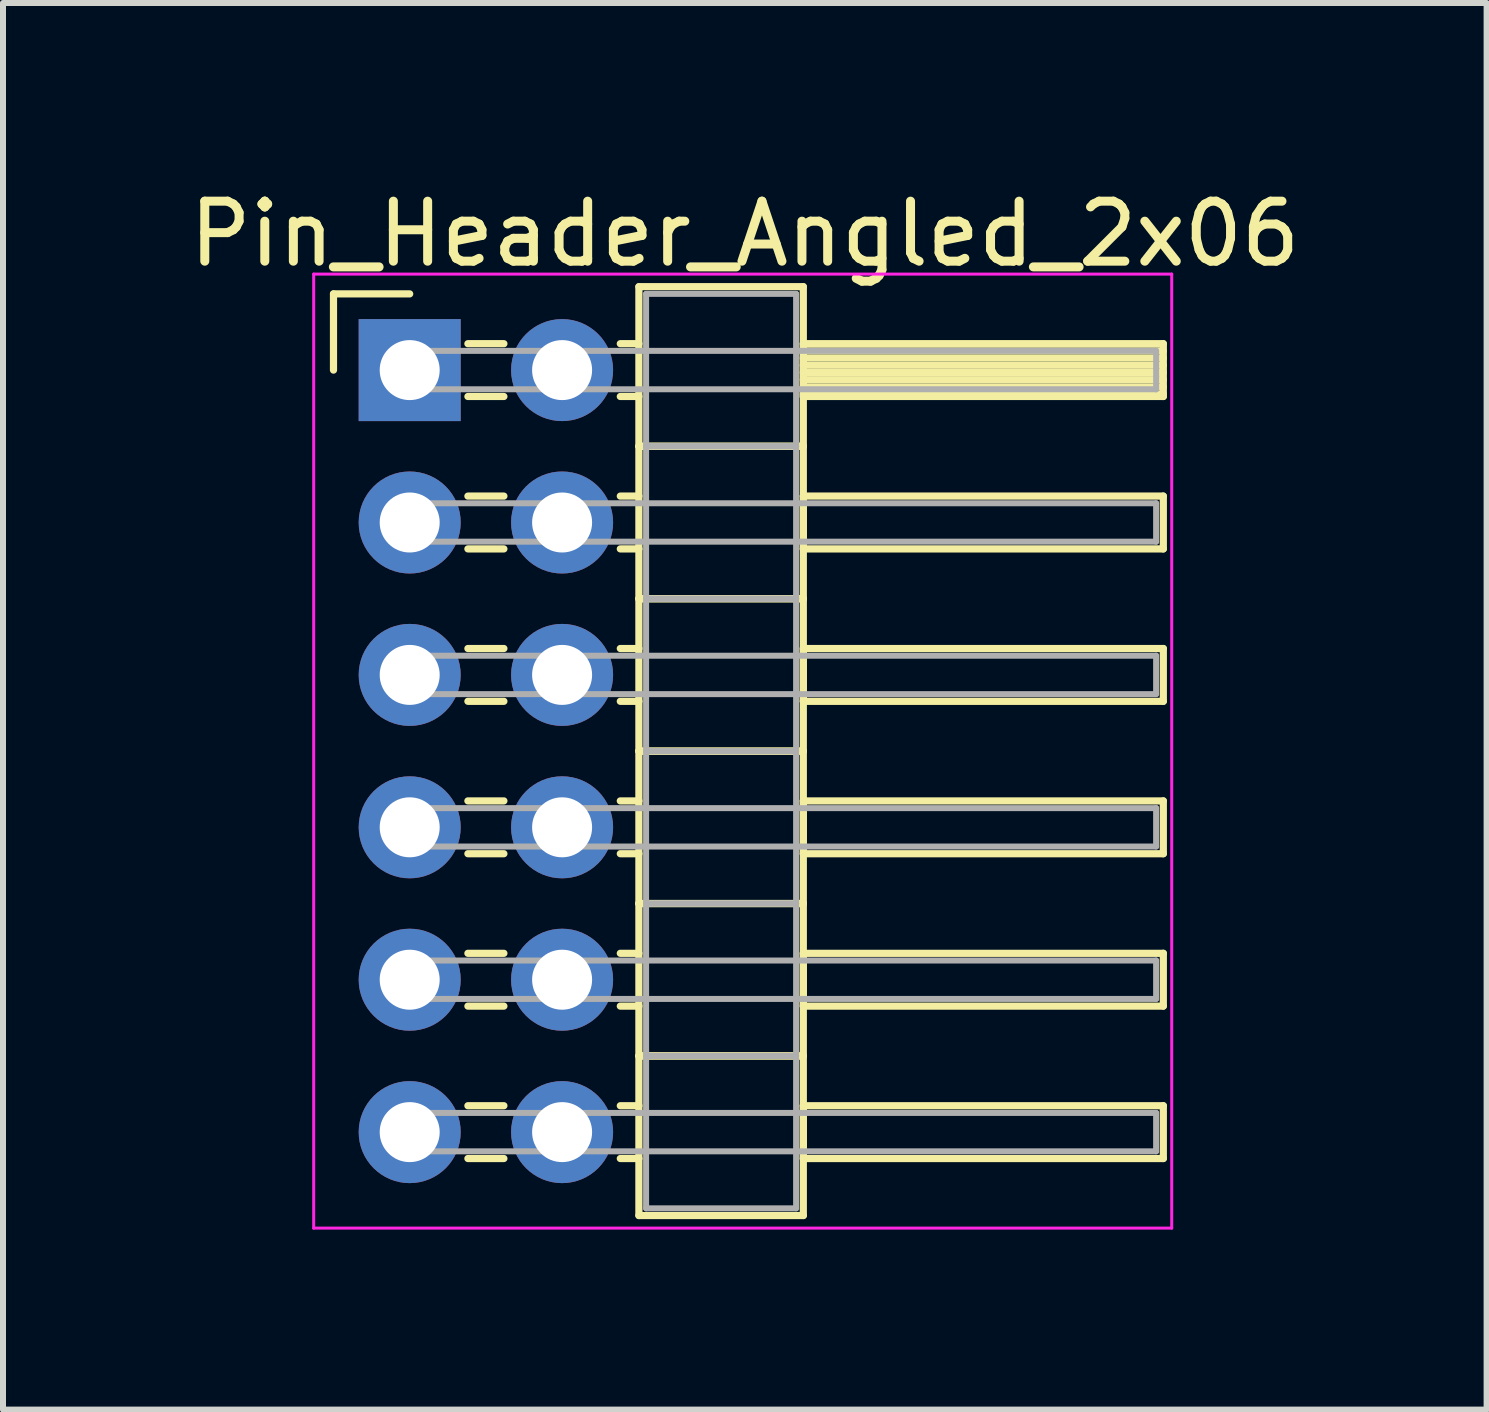
<source format=kicad_pcb>
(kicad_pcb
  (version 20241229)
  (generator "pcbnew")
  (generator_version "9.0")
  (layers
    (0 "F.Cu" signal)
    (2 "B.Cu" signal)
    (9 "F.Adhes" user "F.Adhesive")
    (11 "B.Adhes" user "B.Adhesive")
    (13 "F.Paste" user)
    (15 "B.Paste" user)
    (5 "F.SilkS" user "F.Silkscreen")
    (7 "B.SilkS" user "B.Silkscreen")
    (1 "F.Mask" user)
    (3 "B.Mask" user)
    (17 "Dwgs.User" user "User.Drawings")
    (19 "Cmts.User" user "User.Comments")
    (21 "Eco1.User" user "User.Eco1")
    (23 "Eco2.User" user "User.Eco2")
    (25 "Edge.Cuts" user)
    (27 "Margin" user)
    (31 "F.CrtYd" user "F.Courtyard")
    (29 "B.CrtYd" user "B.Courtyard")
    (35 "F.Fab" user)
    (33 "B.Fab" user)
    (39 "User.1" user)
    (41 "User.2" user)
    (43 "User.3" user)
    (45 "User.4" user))
  (footprint "Pin_Header_Angled_2x06"
    (layer "F.Cu")
    (at 3.778 3.118)
    (property "Reference" "Pin_Header_Angled_2x06" (at 5.585 -2.27 0) (layer "F.SilkS") (effects (font (size 1 1) (thickness 0.15))))
    (attr through_hole)
    (fp_line (start -1.27 -1.27) (end 0 -1.27) (stroke (width 0.12) (type solid)) (layer "F.SilkS"))
    (fp_line (start -1.27 0) (end -1.27 -1.27) (stroke (width 0.12) (type solid)) (layer "F.SilkS"))
    (fp_line (start 0.97 -0.44) (end 1.57 -0.44) (stroke (width 0.12) (type solid)) (layer "F.SilkS"))
    (fp_line (start 0.97 0.44) (end 1.57 0.44) (stroke (width 0.12) (type solid)) (layer "F.SilkS"))
    (fp_line (start 0.97 2.1) (end 1.57 2.1) (stroke (width 0.12) (type solid)) (layer "F.SilkS"))
    (fp_line (start 0.97 2.98) (end 1.57 2.98) (stroke (width 0.12) (type solid)) (layer "F.SilkS"))
    (fp_line (start 0.97 4.64) (end 1.57 4.64) (stroke (width 0.12) (type solid)) (layer "F.SilkS"))
    (fp_line (start 0.97 5.52) (end 1.57 5.52) (stroke (width 0.12) (type solid)) (layer "F.SilkS"))
    (fp_line (start 0.97 7.18) (end 1.57 7.18) (stroke (width 0.12) (type solid)) (layer "F.SilkS"))
    (fp_line (start 0.97 8.06) (end 1.57 8.06) (stroke (width 0.12) (type solid)) (layer "F.SilkS"))
    (fp_line (start 0.97 9.72) (end 1.57 9.72) (stroke (width 0.12) (type solid)) (layer "F.SilkS"))
    (fp_line (start 0.97 10.6) (end 1.57 10.6) (stroke (width 0.12) (type solid)) (layer "F.SilkS"))
    (fp_line (start 0.97 12.26) (end 1.57 12.26) (stroke (width 0.12) (type solid)) (layer "F.SilkS"))
    (fp_line (start 0.97 13.14) (end 1.57 13.14) (stroke (width 0.12) (type solid)) (layer "F.SilkS"))
    (fp_line (start 3.51 -0.44) (end 3.82 -0.44) (stroke (width 0.12) (type solid)) (layer "F.SilkS"))
    (fp_line (start 3.51 0.44) (end 3.82 0.44) (stroke (width 0.12) (type solid)) (layer "F.SilkS"))
    (fp_line (start 3.51 2.1) (end 3.82 2.1) (stroke (width 0.12) (type solid)) (layer "F.SilkS"))
    (fp_line (start 3.51 2.98) (end 3.82 2.98) (stroke (width 0.12) (type solid)) (layer "F.SilkS"))
    (fp_line (start 3.51 4.64) (end 3.82 4.64) (stroke (width 0.12) (type solid)) (layer "F.SilkS"))
    (fp_line (start 3.51 5.52) (end 3.82 5.52) (stroke (width 0.12) (type solid)) (layer "F.SilkS"))
    (fp_line (start 3.51 7.18) (end 3.82 7.18) (stroke (width 0.12) (type solid)) (layer "F.SilkS"))
    (fp_line (start 3.51 8.06) (end 3.82 8.06) (stroke (width 0.12) (type solid)) (layer "F.SilkS"))
    (fp_line (start 3.51 9.72) (end 3.82 9.72) (stroke (width 0.12) (type solid)) (layer "F.SilkS"))
    (fp_line (start 3.51 10.6) (end 3.82 10.6) (stroke (width 0.12) (type solid)) (layer "F.SilkS"))
    (fp_line (start 3.51 12.26) (end 3.82 12.26) (stroke (width 0.12) (type solid)) (layer "F.SilkS"))
    (fp_line (start 3.51 13.14) (end 3.82 13.14) (stroke (width 0.12) (type solid)) (layer "F.SilkS"))
    (fp_line (start 3.82 -1.39) (end 3.82 1.27) (stroke (width 0.12) (type solid)) (layer "F.SilkS"))
    (fp_line (start 3.82 1.27) (end 3.82 3.81) (stroke (width 0.12) (type solid)) (layer "F.SilkS"))
    (fp_line (start 3.82 1.27) (end 6.56 1.27) (stroke (width 0.12) (type solid)) (layer "F.SilkS"))
    (fp_line (start 3.82 3.81) (end 3.82 6.35) (stroke (width 0.12) (type solid)) (layer "F.SilkS"))
    (fp_line (start 3.82 3.81) (end 6.56 3.81) (stroke (width 0.12) (type solid)) (layer "F.SilkS"))
    (fp_line (start 3.82 6.35) (end 3.82 8.89) (stroke (width 0.12) (type solid)) (layer "F.SilkS"))
    (fp_line (start 3.82 6.35) (end 6.56 6.35) (stroke (width 0.12) (type solid)) (layer "F.SilkS"))
    (fp_line (start 3.82 8.89) (end 3.82 11.43) (stroke (width 0.12) (type solid)) (layer "F.SilkS"))
    (fp_line (start 3.82 8.89) (end 6.56 8.89) (stroke (width 0.12) (type solid)) (layer "F.SilkS"))
    (fp_line (start 3.82 11.43) (end 3.82 14.09) (stroke (width 0.12) (type solid)) (layer "F.SilkS"))
    (fp_line (start 3.82 11.43) (end 6.56 11.43) (stroke (width 0.12) (type solid)) (layer "F.SilkS"))
    (fp_line (start 3.82 14.09) (end 6.56 14.09) (stroke (width 0.12) (type solid)) (layer "F.SilkS"))
    (fp_line (start 6.56 -1.39) (end 3.82 -1.39) (stroke (width 0.12) (type solid)) (layer "F.SilkS"))
    (fp_line (start 6.56 -0.44) (end 6.56 0.44) (stroke (width 0.12) (type solid)) (layer "F.SilkS"))
    (fp_line (start 6.56 -0.32) (end 12.56 -0.32) (stroke (width 0.12) (type solid)) (layer "F.SilkS"))
    (fp_line (start 6.56 -0.2) (end 12.56 -0.2) (stroke (width 0.12) (type solid)) (layer "F.SilkS"))
    (fp_line (start 6.56 -0.08) (end 12.56 -0.08) (stroke (width 0.12) (type solid)) (layer "F.SilkS"))
    (fp_line (start 6.56 0.04) (end 12.56 0.04) (stroke (width 0.12) (type solid)) (layer "F.SilkS"))
    (fp_line (start 6.56 0.16) (end 12.56 0.16) (stroke (width 0.12) (type solid)) (layer "F.SilkS"))
    (fp_line (start 6.56 0.28) (end 12.56 0.28) (stroke (width 0.12) (type solid)) (layer "F.SilkS"))
    (fp_line (start 6.56 0.4) (end 12.56 0.4) (stroke (width 0.12) (type solid)) (layer "F.SilkS"))
    (fp_line (start 6.56 0.44) (end 12.56 0.44) (stroke (width 0.12) (type solid)) (layer "F.SilkS"))
    (fp_line (start 6.56 1.27) (end 3.82 1.27) (stroke (width 0.12) (type solid)) (layer "F.SilkS"))
    (fp_line (start 6.56 1.27) (end 6.56 -1.39) (stroke (width 0.12) (type solid)) (layer "F.SilkS"))
    (fp_line (start 6.56 2.1) (end 6.56 2.98) (stroke (width 0.12) (type solid)) (layer "F.SilkS"))
    (fp_line (start 6.56 2.98) (end 12.56 2.98) (stroke (width 0.12) (type solid)) (layer "F.SilkS"))
    (fp_line (start 6.56 3.81) (end 3.82 3.81) (stroke (width 0.12) (type solid)) (layer "F.SilkS"))
    (fp_line (start 6.56 3.81) (end 6.56 1.27) (stroke (width 0.12) (type solid)) (layer "F.SilkS"))
    (fp_line (start 6.56 4.64) (end 6.56 5.52) (stroke (width 0.12) (type solid)) (layer "F.SilkS"))
    (fp_line (start 6.56 5.52) (end 12.56 5.52) (stroke (width 0.12) (type solid)) (layer "F.SilkS"))
    (fp_line (start 6.56 6.35) (end 3.82 6.35) (stroke (width 0.12) (type solid)) (layer "F.SilkS"))
    (fp_line (start 6.56 6.35) (end 6.56 3.81) (stroke (width 0.12) (type solid)) (layer "F.SilkS"))
    (fp_line (start 6.56 7.18) (end 6.56 8.06) (stroke (width 0.12) (type solid)) (layer "F.SilkS"))
    (fp_line (start 6.56 8.06) (end 12.56 8.06) (stroke (width 0.12) (type solid)) (layer "F.SilkS"))
    (fp_line (start 6.56 8.89) (end 3.82 8.89) (stroke (width 0.12) (type solid)) (layer "F.SilkS"))
    (fp_line (start 6.56 8.89) (end 6.56 6.35) (stroke (width 0.12) (type solid)) (layer "F.SilkS"))
    (fp_line (start 6.56 9.72) (end 6.56 10.6) (stroke (width 0.12) (type solid)) (layer "F.SilkS"))
    (fp_line (start 6.56 10.6) (end 12.56 10.6) (stroke (width 0.12) (type solid)) (layer "F.SilkS"))
    (fp_line (start 6.56 11.43) (end 3.82 11.43) (stroke (width 0.12) (type solid)) (layer "F.SilkS"))
    (fp_line (start 6.56 11.43) (end 6.56 8.89) (stroke (width 0.12) (type solid)) (layer "F.SilkS"))
    (fp_line (start 6.56 12.26) (end 6.56 13.14) (stroke (width 0.12) (type solid)) (layer "F.SilkS"))
    (fp_line (start 6.56 13.14) (end 12.56 13.14) (stroke (width 0.12) (type solid)) (layer "F.SilkS"))
    (fp_line (start 6.56 14.09) (end 6.56 11.43) (stroke (width 0.12) (type solid)) (layer "F.SilkS"))
    (fp_line (start 12.56 -0.44) (end 6.56 -0.44) (stroke (width 0.12) (type solid)) (layer "F.SilkS"))
    (fp_line (start 12.56 0.44) (end 12.56 -0.44) (stroke (width 0.12) (type solid)) (layer "F.SilkS"))
    (fp_line (start 12.56 2.1) (end 6.56 2.1) (stroke (width 0.12) (type solid)) (layer "F.SilkS"))
    (fp_line (start 12.56 2.98) (end 12.56 2.1) (stroke (width 0.12) (type solid)) (layer "F.SilkS"))
    (fp_line (start 12.56 4.64) (end 6.56 4.64) (stroke (width 0.12) (type solid)) (layer "F.SilkS"))
    (fp_line (start 12.56 5.52) (end 12.56 4.64) (stroke (width 0.12) (type solid)) (layer "F.SilkS"))
    (fp_line (start 12.56 7.18) (end 6.56 7.18) (stroke (width 0.12) (type solid)) (layer "F.SilkS"))
    (fp_line (start 12.56 8.06) (end 12.56 7.18) (stroke (width 0.12) (type solid)) (layer "F.SilkS"))
    (fp_line (start 12.56 9.72) (end 6.56 9.72) (stroke (width 0.12) (type solid)) (layer "F.SilkS"))
    (fp_line (start 12.56 10.6) (end 12.56 9.72) (stroke (width 0.12) (type solid)) (layer "F.SilkS"))
    (fp_line (start 12.56 12.26) (end 6.56 12.26) (stroke (width 0.12) (type solid)) (layer "F.SilkS"))
    (fp_line (start 12.56 13.14) (end 12.56 12.26) (stroke (width 0.12) (type solid)) (layer "F.SilkS"))
    (fp_line (start -1.6 -1.6) (end -1.6 14.3) (stroke (width 0.05) (type solid)) (layer "F.CrtYd"))
    (fp_line (start -1.6 14.3) (end 12.7 14.3) (stroke (width 0.05) (type solid)) (layer "F.CrtYd"))
    (fp_line (start 12.7 -1.6) (end -1.6 -1.6) (stroke (width 0.05) (type solid)) (layer "F.CrtYd"))
    (fp_line (start 12.7 14.3) (end 12.7 -1.6) (stroke (width 0.05) (type solid)) (layer "F.CrtYd"))
    (fp_line (start 0 -0.32) (end 0 0.32) (stroke (width 0.1) (type solid)) (layer "F.Fab"))
    (fp_line (start 0 0.32) (end 12.44 0.32) (stroke (width 0.1) (type solid)) (layer "F.Fab"))
    (fp_line (start 0 2.22) (end 0 2.86) (stroke (width 0.1) (type solid)) (layer "F.Fab"))
    (fp_line (start 0 2.86) (end 12.44 2.86) (stroke (width 0.1) (type solid)) (layer "F.Fab"))
    (fp_line (start 0 4.76) (end 0 5.4) (stroke (width 0.1) (type solid)) (layer "F.Fab"))
    (fp_line (start 0 5.4) (end 12.44 5.4) (stroke (width 0.1) (type solid)) (layer "F.Fab"))
    (fp_line (start 0 7.3) (end 0 7.94) (stroke (width 0.1) (type solid)) (layer "F.Fab"))
    (fp_line (start 0 7.94) (end 12.44 7.94) (stroke (width 0.1) (type solid)) (layer "F.Fab"))
    (fp_line (start 0 9.84) (end 0 10.48) (stroke (width 0.1) (type solid)) (layer "F.Fab"))
    (fp_line (start 0 10.48) (end 12.44 10.48) (stroke (width 0.1) (type solid)) (layer "F.Fab"))
    (fp_line (start 0 12.38) (end 0 13.02) (stroke (width 0.1) (type solid)) (layer "F.Fab"))
    (fp_line (start 0 13.02) (end 12.44 13.02) (stroke (width 0.1) (type solid)) (layer "F.Fab"))
    (fp_line (start 3.94 -1.27) (end 3.94 1.27) (stroke (width 0.1) (type solid)) (layer "F.Fab"))
    (fp_line (start 3.94 1.27) (end 3.94 3.81) (stroke (width 0.1) (type solid)) (layer "F.Fab"))
    (fp_line (start 3.94 1.27) (end 6.44 1.27) (stroke (width 0.1) (type solid)) (layer "F.Fab"))
    (fp_line (start 3.94 3.81) (end 3.94 6.35) (stroke (width 0.1) (type solid)) (layer "F.Fab"))
    (fp_line (start 3.94 3.81) (end 6.44 3.81) (stroke (width 0.1) (type solid)) (layer "F.Fab"))
    (fp_line (start 3.94 6.35) (end 3.94 8.89) (stroke (width 0.1) (type solid)) (layer "F.Fab"))
    (fp_line (start 3.94 6.35) (end 6.44 6.35) (stroke (width 0.1) (type solid)) (layer "F.Fab"))
    (fp_line (start 3.94 8.89) (end 3.94 11.43) (stroke (width 0.1) (type solid)) (layer "F.Fab"))
    (fp_line (start 3.94 8.89) (end 6.44 8.89) (stroke (width 0.1) (type solid)) (layer "F.Fab"))
    (fp_line (start 3.94 11.43) (end 3.94 13.97) (stroke (width 0.1) (type solid)) (layer "F.Fab"))
    (fp_line (start 3.94 11.43) (end 6.44 11.43) (stroke (width 0.1) (type solid)) (layer "F.Fab"))
    (fp_line (start 3.94 13.97) (end 6.44 13.97) (stroke (width 0.1) (type solid)) (layer "F.Fab"))
    (fp_line (start 6.44 -1.27) (end 3.94 -1.27) (stroke (width 0.1) (type solid)) (layer "F.Fab"))
    (fp_line (start 6.44 1.27) (end 3.94 1.27) (stroke (width 0.1) (type solid)) (layer "F.Fab"))
    (fp_line (start 6.44 1.27) (end 6.44 -1.27) (stroke (width 0.1) (type solid)) (layer "F.Fab"))
    (fp_line (start 6.44 3.81) (end 3.94 3.81) (stroke (width 0.1) (type solid)) (layer "F.Fab"))
    (fp_line (start 6.44 3.81) (end 6.44 1.27) (stroke (width 0.1) (type solid)) (layer "F.Fab"))
    (fp_line (start 6.44 6.35) (end 3.94 6.35) (stroke (width 0.1) (type solid)) (layer "F.Fab"))
    (fp_line (start 6.44 6.35) (end 6.44 3.81) (stroke (width 0.1) (type solid)) (layer "F.Fab"))
    (fp_line (start 6.44 8.89) (end 3.94 8.89) (stroke (width 0.1) (type solid)) (layer "F.Fab"))
    (fp_line (start 6.44 8.89) (end 6.44 6.35) (stroke (width 0.1) (type solid)) (layer "F.Fab"))
    (fp_line (start 6.44 11.43) (end 3.94 11.43) (stroke (width 0.1) (type solid)) (layer "F.Fab"))
    (fp_line (start 6.44 11.43) (end 6.44 8.89) (stroke (width 0.1) (type solid)) (layer "F.Fab"))
    (fp_line (start 6.44 13.97) (end 6.44 11.43) (stroke (width 0.1) (type solid)) (layer "F.Fab"))
    (fp_line (start 12.44 -0.32) (end 0 -0.32) (stroke (width 0.1) (type solid)) (layer "F.Fab"))
    (fp_line (start 12.44 0.32) (end 12.44 -0.32) (stroke (width 0.1) (type solid)) (layer "F.Fab"))
    (fp_line (start 12.44 2.22) (end 0 2.22) (stroke (width 0.1) (type solid)) (layer "F.Fab"))
    (fp_line (start 12.44 2.86) (end 12.44 2.22) (stroke (width 0.1) (type solid)) (layer "F.Fab"))
    (fp_line (start 12.44 4.76) (end 0 4.76) (stroke (width 0.1) (type solid)) (layer "F.Fab"))
    (fp_line (start 12.44 5.4) (end 12.44 4.76) (stroke (width 0.1) (type solid)) (layer "F.Fab"))
    (fp_line (start 12.44 7.3) (end 0 7.3) (stroke (width 0.1) (type solid)) (layer "F.Fab"))
    (fp_line (start 12.44 7.94) (end 12.44 7.3) (stroke (width 0.1) (type solid)) (layer "F.Fab"))
    (fp_line (start 12.44 9.84) (end 0 9.84) (stroke (width 0.1) (type solid)) (layer "F.Fab"))
    (fp_line (start 12.44 10.48) (end 12.44 9.84) (stroke (width 0.1) (type solid)) (layer "F.Fab"))
    (fp_line (start 12.44 12.38) (end 0 12.38) (stroke (width 0.1) (type solid)) (layer "F.Fab"))
    (fp_line (start 12.44 13.02) (end 12.44 12.38) (stroke (width 0.1) (type solid)) (layer "F.Fab"))
    (pad "1" thru_hole rect (at 0 0) (size 1.7 1.7) (drill 1) (layers "*.Cu" "*.Mask"))
    (pad "2" thru_hole oval (at 2.54 0) (size 1.7 1.7) (drill 1) (layers "*.Cu" "*.Mask"))
    (pad "3" thru_hole oval (at 0 2.54) (size 1.7 1.7) (drill 1) (layers "*.Cu" "*.Mask"))
    (pad "4" thru_hole oval (at 2.54 2.54) (size 1.7 1.7) (drill 1) (layers "*.Cu" "*.Mask"))
    (pad "5" thru_hole oval (at 0 5.08) (size 1.7 1.7) (drill 1) (layers "*.Cu" "*.Mask"))
    (pad "6" thru_hole oval (at 2.54 5.08) (size 1.7 1.7) (drill 1) (layers "*.Cu" "*.Mask"))
    (pad "7" thru_hole oval (at 0 7.62) (size 1.7 1.7) (drill 1) (layers "*.Cu" "*.Mask"))
    (pad "8" thru_hole oval (at 2.54 7.62) (size 1.7 1.7) (drill 1) (layers "*.Cu" "*.Mask"))
    (pad "9" thru_hole oval (at 0 10.16) (size 1.7 1.7) (drill 1) (layers "*.Cu" "*.Mask"))
    (pad "10" thru_hole oval (at 2.54 10.16) (size 1.7 1.7) (drill 1) (layers "*.Cu" "*.Mask"))
    (pad "11" thru_hole oval (at 0 12.7) (size 1.7 1.7) (drill 1) (layers "*.Cu" "*.Mask"))
    (pad "12" thru_hole oval (at 2.54 12.7) (size 1.7 1.7) (drill 1) (layers "*.Cu" "*.Mask")))
  (gr_rect
    (start -3 -3)
    (end 21.726 20.443)
    (stroke (width 0.1) (type default))
    (fill no)
    (layer "Edge.Cuts")))
</source>
